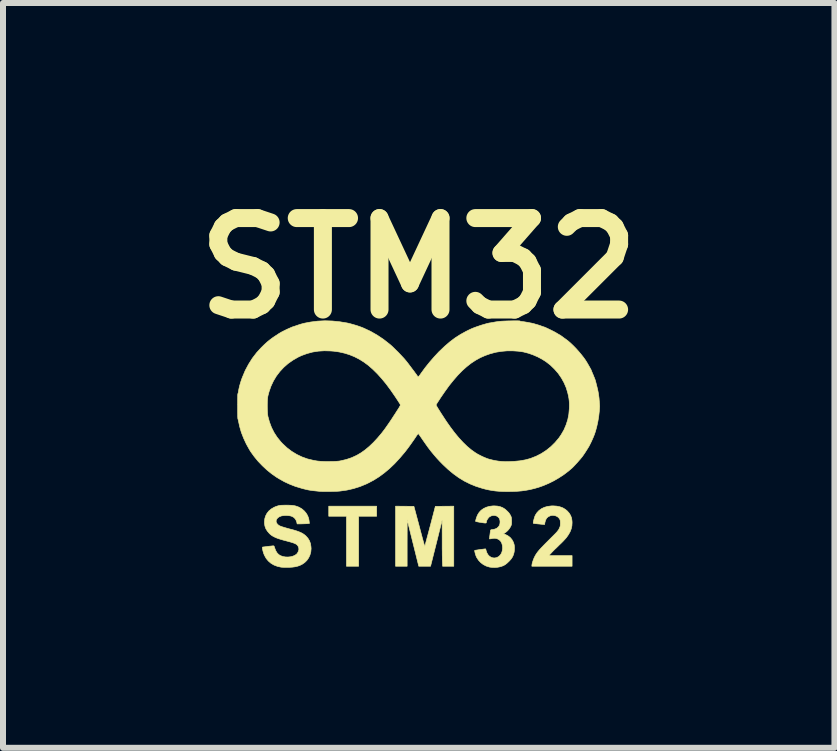
<source format=kicad_pcb>
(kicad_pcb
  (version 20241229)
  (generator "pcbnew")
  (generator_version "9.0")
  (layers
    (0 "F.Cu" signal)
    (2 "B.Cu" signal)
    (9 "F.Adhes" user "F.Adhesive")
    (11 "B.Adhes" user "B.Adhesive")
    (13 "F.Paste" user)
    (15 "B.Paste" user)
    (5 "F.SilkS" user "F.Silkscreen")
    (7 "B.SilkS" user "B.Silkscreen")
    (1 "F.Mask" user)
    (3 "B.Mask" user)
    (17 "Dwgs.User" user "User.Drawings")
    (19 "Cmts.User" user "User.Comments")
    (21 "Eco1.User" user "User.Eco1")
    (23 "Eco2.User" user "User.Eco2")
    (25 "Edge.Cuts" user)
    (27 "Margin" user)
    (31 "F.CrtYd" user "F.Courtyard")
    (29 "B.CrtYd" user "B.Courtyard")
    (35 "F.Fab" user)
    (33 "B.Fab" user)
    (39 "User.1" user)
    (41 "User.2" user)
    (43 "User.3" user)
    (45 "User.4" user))
  (footprint "STM32"
    (layer "F.Cu")
    (at 3.926 4.418)
    (property "Reference" "STM32" (at 0 -3 0) (layer "F.SilkS") (effects (font (size 1.524 1.524) (thickness 0.3))))
    (attr through_hole)
    (fp_poly (pts (xy -0.701 1.133) (xy -1.001 1.133) (xy -1.001 1.966) (xy -1.204 1.966) (xy -1.204 1.133) (xy -1.499 1.133) (xy -1.499 0.965) (xy -0.701 0.965) (xy -0.701 1.133)) (stroke (width 0.01) (type solid)) (fill yes) (layer "F.SilkS"))
    (fp_poly (pts (xy 0.584 1.966) (xy 0.398 1.966) (xy 0.395 1.894) (xy 0.394 1.875) (xy 0.393 1.848) (xy 0.393 1.813) (xy 0.392 1.771) (xy 0.392 1.723) (xy 0.391 1.672) (xy 0.391 1.617) (xy 0.391 1.559) (xy 0.391 1.509) (xy 0.39 1.196) (xy 0.294 1.581) (xy 0.197 1.966) (xy 0.001 1.966) (xy -0.192 1.191) (xy -0.193 1.579) (xy -0.193 1.966) (xy -0.386 1.966) (xy -0.386 0.965) (xy -0.233 0.966) (xy -0.08 0.968) (xy 0.01 1.304) (xy 0.025 1.361) (xy 0.039 1.414) (xy 0.052 1.463) (xy 0.064 1.508) (xy 0.075 1.547) (xy 0.084 1.58) (xy 0.092 1.606) (xy 0.097 1.624) (xy 0.101 1.633) (xy 0.101 1.635) (xy 0.103 1.629) (xy 0.107 1.614) (xy 0.113 1.591) (xy 0.121 1.56) (xy 0.131 1.523) (xy 0.142 1.481) (xy 0.155 1.433) (xy 0.169 1.381) (xy 0.183 1.327) (xy 0.191 1.298) (xy 0.277 0.968) (xy 0.431 0.966) (xy 0.584 0.965) (xy 0.584 1.966)) (stroke (width 0.01) (type solid)) (fill yes) (layer "F.SilkS"))
    (fp_poly (pts (xy 2.298 0.964) (xy 2.352 0.975) (xy 2.401 0.993) (xy 2.444 1.019) (xy 2.474 1.044) (xy 2.507 1.081) (xy 2.531 1.121) (xy 2.547 1.164) (xy 2.554 1.212) (xy 2.555 1.242) (xy 2.552 1.293) (xy 2.541 1.342) (xy 2.522 1.391) (xy 2.495 1.439) (xy 2.46 1.489) (xy 2.415 1.539) (xy 2.379 1.576) (xy 2.339 1.614) (xy 2.303 1.65) (xy 2.269 1.682) (xy 2.24 1.711) (xy 2.216 1.736) (xy 2.198 1.756) (xy 2.185 1.769) (xy 2.18 1.777) (xy 2.174 1.788) (xy 2.555 1.788) (xy 2.555 1.966) (xy 1.885 1.966) (xy 1.885 1.954) (xy 1.887 1.936) (xy 1.892 1.912) (xy 1.901 1.883) (xy 1.911 1.854) (xy 1.923 1.825) (xy 1.927 1.817) (xy 1.938 1.795) (xy 1.95 1.774) (xy 1.963 1.754) (xy 1.978 1.732) (xy 1.997 1.709) (xy 2.019 1.683) (xy 2.046 1.654) (xy 2.078 1.621) (xy 2.115 1.583) (xy 2.159 1.539) (xy 2.166 1.532) (xy 2.204 1.494) (xy 2.235 1.463) (xy 2.26 1.438) (xy 2.281 1.417) (xy 2.297 1.4) (xy 2.309 1.386) (xy 2.318 1.374) (xy 2.326 1.364) (xy 2.332 1.355) (xy 2.337 1.345) (xy 2.34 1.339) (xy 2.349 1.319) (xy 2.355 1.304) (xy 2.358 1.29) (xy 2.359 1.273) (xy 2.36 1.25) (xy 2.359 1.225) (xy 2.358 1.208) (xy 2.355 1.194) (xy 2.349 1.182) (xy 2.348 1.18) (xy 2.33 1.155) (xy 2.304 1.136) (xy 2.275 1.124) (xy 2.27 1.123) (xy 2.245 1.119) (xy 2.224 1.118) (xy 2.203 1.122) (xy 2.19 1.126) (xy 2.159 1.14) (xy 2.134 1.162) (xy 2.116 1.192) (xy 2.104 1.23) (xy 2.101 1.247) (xy 2.097 1.271) (xy 2.071 1.268) (xy 2.056 1.267) (xy 2.033 1.265) (xy 2.007 1.262) (xy 1.979 1.26) (xy 1.979 1.259) (xy 1.954 1.257) (xy 1.933 1.255) (xy 1.917 1.252) (xy 1.909 1.25) (xy 1.909 1.25) (xy 1.908 1.243) (xy 1.909 1.229) (xy 1.913 1.209) (xy 1.919 1.186) (xy 1.926 1.162) (xy 1.933 1.139) (xy 1.941 1.12) (xy 1.943 1.115) (xy 1.97 1.073) (xy 2.004 1.037) (xy 2.045 1.007) (xy 2.093 0.984) (xy 2.146 0.969) (xy 2.206 0.961) (xy 2.237 0.96) (xy 2.298 0.964)) (stroke (width 0.01) (type solid)) (fill yes) (layer "F.SilkS"))
    (fp_poly (pts (xy -2.197 0.948) (xy -2.151 0.949) (xy -2.113 0.951) (xy -2.081 0.955) (xy -2.053 0.961) (xy -2.025 0.97) (xy -1.997 0.981) (xy -1.982 0.989) (xy -1.944 1.012) (xy -1.908 1.043) (xy -1.877 1.079) (xy -1.858 1.11) (xy -1.844 1.14) (xy -1.834 1.168) (xy -1.828 1.198) (xy -1.825 1.221) (xy -1.821 1.253) (xy -1.869 1.257) (xy -1.897 1.258) (xy -1.929 1.259) (xy -1.961 1.26) (xy -1.972 1.26) (xy -2.026 1.26) (xy -2.029 1.241) (xy -2.041 1.204) (xy -2.06 1.173) (xy -2.087 1.148) (xy -2.117 1.133) (xy -2.142 1.126) (xy -2.173 1.122) (xy -2.208 1.12) (xy -2.242 1.121) (xy -2.274 1.125) (xy -2.292 1.129) (xy -2.324 1.142) (xy -2.349 1.16) (xy -2.366 1.181) (xy -2.375 1.204) (xy -2.375 1.227) (xy -2.367 1.246) (xy -2.353 1.266) (xy -2.333 1.283) (xy -2.322 1.29) (xy -2.304 1.298) (xy -2.279 1.307) (xy -2.247 1.317) (xy -2.21 1.328) (xy -2.171 1.339) (xy -2.145 1.346) (xy -2.087 1.361) (xy -2.038 1.376) (xy -1.996 1.391) (xy -1.961 1.406) (xy -1.931 1.422) (xy -1.905 1.44) (xy -1.882 1.459) (xy -1.88 1.461) (xy -1.846 1.499) (xy -1.82 1.542) (xy -1.803 1.589) (xy -1.795 1.642) (xy -1.793 1.674) (xy -1.798 1.728) (xy -1.812 1.779) (xy -1.834 1.826) (xy -1.864 1.869) (xy -1.901 1.905) (xy -1.945 1.935) (xy -1.95 1.937) (xy -1.985 1.954) (xy -2.022 1.966) (xy -2.062 1.975) (xy -2.107 1.981) (xy -2.16 1.984) (xy -2.174 1.984) (xy -2.206 1.984) (xy -2.236 1.984) (xy -2.263 1.983) (xy -2.284 1.982) (xy -2.294 1.981) (xy -2.356 1.967) (xy -2.413 1.945) (xy -2.462 1.916) (xy -2.505 1.879) (xy -2.541 1.836) (xy -2.569 1.786) (xy -2.581 1.758) (xy -2.588 1.736) (xy -2.595 1.713) (xy -2.6 1.69) (xy -2.604 1.67) (xy -2.605 1.655) (xy -2.604 1.648) (xy -2.604 1.648) (xy -2.599 1.646) (xy -2.585 1.644) (xy -2.565 1.642) (xy -2.541 1.639) (xy -2.515 1.635) (xy -2.488 1.632) (xy -2.463 1.63) (xy -2.441 1.627) (xy -2.425 1.626) (xy -2.418 1.626) (xy -2.411 1.63) (xy -2.405 1.643) (xy -2.401 1.657) (xy -2.384 1.702) (xy -2.362 1.74) (xy -2.334 1.77) (xy -2.3 1.791) (xy -2.299 1.791) (xy -2.261 1.804) (xy -2.22 1.811) (xy -2.178 1.812) (xy -2.136 1.808) (xy -2.097 1.798) (xy -2.062 1.783) (xy -2.034 1.763) (xy -2.029 1.757) (xy -2.015 1.738) (xy -2.004 1.713) (xy -1.997 1.689) (xy -1.997 1.679) (xy -1.999 1.661) (xy -2.005 1.642) (xy -2.008 1.636) (xy -2.016 1.622) (xy -2.026 1.611) (xy -2.039 1.6) (xy -2.056 1.591) (xy -2.079 1.581) (xy -2.108 1.571) (xy -2.145 1.56) (xy -2.19 1.548) (xy -2.197 1.546) (xy -2.254 1.531) (xy -2.302 1.517) (xy -2.343 1.504) (xy -2.377 1.491) (xy -2.405 1.478) (xy -2.43 1.465) (xy -2.452 1.451) (xy -2.472 1.435) (xy -2.49 1.418) (xy -2.523 1.379) (xy -2.548 1.338) (xy -2.563 1.295) (xy -2.57 1.247) (xy -2.57 1.225) (xy -2.565 1.175) (xy -2.551 1.128) (xy -2.528 1.084) (xy -2.497 1.045) (xy -2.458 1.012) (xy -2.412 0.985) (xy -2.388 0.974) (xy -2.363 0.965) (xy -2.34 0.958) (xy -2.317 0.953) (xy -2.292 0.95) (xy -2.261 0.949) (xy -2.225 0.948) (xy -2.197 0.948)) (stroke (width 0.01) (type solid)) (fill yes) (layer "F.SilkS"))
    (fp_poly (pts (xy 1.308 0.963) (xy 1.356 0.973) (xy 1.399 0.99) (xy 1.439 1.015) (xy 1.474 1.047) (xy 1.499 1.072) (xy 1.516 1.096) (xy 1.53 1.12) (xy 1.53 1.121) (xy 1.538 1.137) (xy 1.542 1.15) (xy 1.545 1.163) (xy 1.546 1.179) (xy 1.547 1.201) (xy 1.547 1.214) (xy 1.547 1.24) (xy 1.546 1.258) (xy 1.544 1.272) (xy 1.54 1.285) (xy 1.534 1.298) (xy 1.53 1.307) (xy 1.509 1.34) (xy 1.483 1.372) (xy 1.452 1.399) (xy 1.435 1.41) (xy 1.411 1.424) (xy 1.438 1.434) (xy 1.483 1.456) (xy 1.522 1.485) (xy 1.553 1.521) (xy 1.576 1.563) (xy 1.588 1.598) (xy 1.593 1.624) (xy 1.595 1.655) (xy 1.594 1.69) (xy 1.591 1.722) (xy 1.587 1.742) (xy 1.576 1.779) (xy 1.561 1.812) (xy 1.54 1.844) (xy 1.512 1.876) (xy 1.501 1.887) (xy 1.469 1.917) (xy 1.439 1.94) (xy 1.408 1.957) (xy 1.372 1.97) (xy 1.349 1.976) (xy 1.312 1.983) (xy 1.27 1.986) (xy 1.227 1.985) (xy 1.187 1.981) (xy 1.174 1.978) (xy 1.123 1.962) (xy 1.075 1.937) (xy 1.032 1.904) (xy 0.995 1.864) (xy 0.965 1.818) (xy 0.959 1.805) (xy 0.952 1.787) (xy 0.945 1.766) (xy 0.939 1.745) (xy 0.935 1.726) (xy 0.932 1.71) (xy 0.933 1.702) (xy 0.934 1.701) (xy 0.939 1.7) (xy 0.953 1.698) (xy 0.973 1.695) (xy 0.997 1.691) (xy 1.022 1.687) (xy 1.049 1.684) (xy 1.073 1.681) (xy 1.093 1.678) (xy 1.107 1.677) (xy 1.113 1.676) (xy 1.116 1.681) (xy 1.12 1.692) (xy 1.122 1.702) (xy 1.135 1.74) (xy 1.153 1.772) (xy 1.177 1.798) (xy 1.205 1.816) (xy 1.235 1.826) (xy 1.267 1.828) (xy 1.3 1.821) (xy 1.333 1.804) (xy 1.334 1.803) (xy 1.359 1.779) (xy 1.379 1.748) (xy 1.391 1.711) (xy 1.397 1.668) (xy 1.397 1.659) (xy 1.393 1.615) (xy 1.382 1.578) (xy 1.364 1.547) (xy 1.339 1.524) (xy 1.308 1.508) (xy 1.289 1.503) (xy 1.272 1.5) (xy 1.255 1.5) (xy 1.234 1.502) (xy 1.221 1.505) (xy 1.202 1.508) (xy 1.188 1.51) (xy 1.18 1.511) (xy 1.179 1.511) (xy 1.179 1.505) (xy 1.18 1.492) (xy 1.182 1.473) (xy 1.185 1.451) (xy 1.188 1.428) (xy 1.191 1.405) (xy 1.194 1.385) (xy 1.196 1.371) (xy 1.196 1.368) (xy 1.199 1.362) (xy 1.206 1.358) (xy 1.219 1.355) (xy 1.231 1.354) (xy 1.271 1.346) (xy 1.303 1.331) (xy 1.328 1.309) (xy 1.346 1.282) (xy 1.354 1.249) (xy 1.355 1.214) (xy 1.349 1.184) (xy 1.339 1.163) (xy 1.319 1.142) (xy 1.294 1.127) (xy 1.265 1.12) (xy 1.234 1.12) (xy 1.205 1.128) (xy 1.177 1.144) (xy 1.173 1.147) (xy 1.159 1.163) (xy 1.145 1.182) (xy 1.134 1.203) (xy 1.128 1.221) (xy 1.128 1.227) (xy 1.127 1.235) (xy 1.125 1.241) (xy 1.12 1.245) (xy 1.11 1.246) (xy 1.095 1.245) (xy 1.072 1.242) (xy 1.041 1.237) (xy 1.036 1.236) (xy 1.008 1.232) (xy 0.983 1.227) (xy 0.964 1.223) (xy 0.952 1.221) (xy 0.949 1.219) (xy 0.948 1.213) (xy 0.95 1.199) (xy 0.955 1.18) (xy 0.962 1.158) (xy 0.97 1.136) (xy 0.979 1.115) (xy 0.982 1.108) (xy 1.007 1.068) (xy 1.04 1.033) (xy 1.079 1.005) (xy 1.125 0.983) (xy 1.176 0.968) (xy 1.231 0.961) (xy 1.253 0.96) (xy 1.308 0.963)) (stroke (width 0.01) (type solid)) (fill yes) (layer "F.SilkS"))
    (fp_poly (pts (xy -1.438 -2.12) (xy -1.312 -2.107) (xy -1.272 -2.1) (xy -1.248 -2.097) (xy -1.227 -2.093) (xy -1.212 -2.09) (xy -1.206 -2.09) (xy -1.172 -2.083) (xy -1.13 -2.072) (xy -1.084 -2.059) (xy -1.036 -2.045) (xy -0.989 -2.029) (xy -0.945 -2.013) (xy -0.914 -2) (xy -0.803 -1.948) (xy -0.694 -1.886) (xy -0.588 -1.815) (xy -0.487 -1.736) (xy -0.47 -1.722) (xy -0.443 -1.698) (xy -0.412 -1.668) (xy -0.378 -1.634) (xy -0.342 -1.599) (xy -0.307 -1.562) (xy -0.274 -1.527) (xy -0.245 -1.496) (xy -0.227 -1.475) (xy -0.212 -1.457) (xy -0.193 -1.433) (xy -0.171 -1.405) (xy -0.148 -1.374) (xy -0.123 -1.341) (xy -0.099 -1.309) (xy -0.076 -1.279) (xy -0.056 -1.251) (xy -0.039 -1.229) (xy -0.028 -1.212) (xy -0.025 -1.208) (xy -0.016 -1.196) (xy -0.009 -1.19) (xy -0.008 -1.189) (xy -0.003 -1.193) (xy 0.006 -1.204) (xy 0.019 -1.22) (xy 0.033 -1.24) (xy 0.04 -1.25) (xy 0.107 -1.342) (xy 0.181 -1.434) (xy 0.259 -1.524) (xy 0.338 -1.609) (xy 0.348 -1.618) (xy 0.434 -1.7) (xy 0.519 -1.773) (xy 0.605 -1.838) (xy 0.694 -1.895) (xy 0.786 -1.946) (xy 0.857 -1.981) (xy 0.898 -1.999) (xy 0.945 -2.017) (xy 0.994 -2.034) (xy 1.044 -2.051) (xy 1.092 -2.065) (xy 1.137 -2.078) (xy 1.176 -2.087) (xy 1.199 -2.09) (xy 1.219 -2.094) (xy 1.24 -2.097) (xy 1.247 -2.099) (xy 1.281 -2.105) (xy 1.315 -2.11) (xy 1.349 -2.114) (xy 1.386 -2.117) (xy 1.428 -2.119) (xy 1.477 -2.121) (xy 1.533 -2.122) (xy 1.581 -2.123) (xy 1.62 -2.123) (xy 1.651 -2.123) (xy 1.672 -2.122) (xy 1.684 -2.121) (xy 1.687 -2.12) (xy 1.691 -2.117) (xy 1.703 -2.114) (xy 1.721 -2.112) (xy 1.722 -2.111) (xy 1.743 -2.109) (xy 1.769 -2.105) (xy 1.797 -2.1) (xy 1.812 -2.098) (xy 1.836 -2.093) (xy 1.857 -2.089) (xy 1.873 -2.086) (xy 1.88 -2.085) (xy 1.895 -2.081) (xy 1.917 -2.076) (xy 1.943 -2.068) (xy 1.971 -2.06) (xy 1.998 -2.052) (xy 2.022 -2.044) (xy 2.036 -2.039) (xy 2.056 -2.031) (xy 2.075 -2.025) (xy 2.088 -2.021) (xy 2.102 -2.016) (xy 2.122 -2.007) (xy 2.148 -1.995) (xy 2.177 -1.981) (xy 2.208 -1.966) (xy 2.238 -1.951) (xy 2.265 -1.937) (xy 2.288 -1.924) (xy 2.306 -1.913) (xy 2.306 -1.913) (xy 2.323 -1.903) (xy 2.337 -1.894) (xy 2.345 -1.89) (xy 2.347 -1.89) (xy 2.352 -1.887) (xy 2.364 -1.879) (xy 2.38 -1.868) (xy 2.394 -1.858) (xy 2.413 -1.843) (xy 2.432 -1.83) (xy 2.447 -1.819) (xy 2.453 -1.815) (xy 2.491 -1.786) (xy 2.532 -1.75) (xy 2.576 -1.708) (xy 2.62 -1.663) (xy 2.664 -1.614) (xy 2.705 -1.565) (xy 2.744 -1.516) (xy 2.777 -1.47) (xy 2.804 -1.427) (xy 2.81 -1.416) (xy 2.819 -1.401) (xy 2.831 -1.38) (xy 2.844 -1.357) (xy 2.85 -1.347) (xy 2.86 -1.328) (xy 2.869 -1.312) (xy 2.874 -1.302) (xy 2.875 -1.299) (xy 2.877 -1.293) (xy 2.882 -1.28) (xy 2.89 -1.261) (xy 2.9 -1.237) (xy 2.906 -1.224) (xy 2.917 -1.196) (xy 2.928 -1.17) (xy 2.937 -1.147) (xy 2.942 -1.13) (xy 2.944 -1.126) (xy 2.958 -1.071) (xy 2.97 -1.023) (xy 2.98 -0.982) (xy 2.988 -0.944) (xy 2.994 -0.909) (xy 2.999 -0.874) (xy 3.004 -0.838) (xy 3.007 -0.798) (xy 3.008 -0.79) (xy 3.01 -0.759) (xy 3.012 -0.736) (xy 3.013 -0.717) (xy 3.014 -0.7) (xy 3.013 -0.683) (xy 3.012 -0.663) (xy 3.01 -0.638) (xy 3.008 -0.613) (xy 2.999 -0.531) (xy 2.985 -0.447) (xy 2.967 -0.364) (xy 2.946 -0.286) (xy 2.929 -0.235) (xy 2.918 -0.207) (xy 2.904 -0.173) (xy 2.888 -0.137) (xy 2.871 -0.1) (xy 2.854 -0.066) (xy 2.84 -0.038) (xy 2.834 -0.028) (xy 2.817 0.000201) (xy 2.797 0.032) (xy 2.776 0.065) (xy 2.754 0.098) (xy 2.734 0.127) (xy 2.716 0.151) (xy 2.709 0.159) (xy 2.691 0.181) (xy 2.668 0.207) (xy 2.644 0.235) (xy 2.618 0.263) (xy 2.594 0.289) (xy 2.573 0.311) (xy 2.557 0.327) (xy 2.49 0.384) (xy 2.416 0.44) (xy 2.335 0.493) (xy 2.251 0.542) (xy 2.164 0.585) (xy 2.077 0.622) (xy 1.998 0.65) (xy 1.925 0.671) (xy 1.854 0.688) (xy 1.784 0.701) (xy 1.713 0.711) (xy 1.639 0.717) (xy 1.559 0.72) (xy 1.478 0.721) (xy 1.405 0.72) (xy 1.34 0.717) (xy 1.28 0.712) (xy 1.223 0.704) (xy 1.167 0.694) (xy 1.109 0.681) (xy 1.057 0.667) (xy 0.953 0.634) (xy 0.855 0.594) (xy 0.759 0.546) (xy 0.667 0.49) (xy 0.577 0.425) (xy 0.488 0.351) (xy 0.404 0.272) (xy 0.35 0.217) (xy 0.3 0.163) (xy 0.252 0.107) (xy 0.204 0.049) (xy 0.156 -0.014) (xy 0.107 -0.083) (xy 0.054 -0.159) (xy 0.047 -0.17) (xy 0.03 -0.194) (xy 0.016 -0.214) (xy 0.004 -0.23) (xy -0.004 -0.24) (xy -0.007 -0.243) (xy -0.012 -0.239) (xy -0.021 -0.229) (xy -0.032 -0.214) (xy -0.035 -0.21) (xy -0.06 -0.172) (xy -0.089 -0.13) (xy -0.12 -0.086) (xy -0.152 -0.041) (xy -0.183 0.001) (xy -0.212 0.039) (xy -0.233 0.066) (xy -0.318 0.166) (xy -0.402 0.257) (xy -0.487 0.338) (xy -0.573 0.41) (xy -0.661 0.475) (xy -0.75 0.531) (xy -0.843 0.58) (xy -0.876 0.596) (xy -0.981 0.639) (xy -1.087 0.672) (xy -1.196 0.697) (xy -1.308 0.713) (xy -1.33 0.715) (xy -1.359 0.717) (xy -1.395 0.718) (xy -1.434 0.719) (xy -1.476 0.72) (xy -1.517 0.72) (xy -1.557 0.72) (xy -1.593 0.72) (xy -1.623 0.719) (xy -1.646 0.718) (xy -1.651 0.718) (xy -1.708 0.712) (xy -1.757 0.707) (xy -1.801 0.701) (xy -1.842 0.694) (xy -1.881 0.685) (xy -1.922 0.675) (xy -1.958 0.665) (xy -2.057 0.635) (xy -2.149 0.599) (xy -2.238 0.558) (xy -2.325 0.509) (xy -2.371 0.481) (xy -2.451 0.425) (xy -2.53 0.361) (xy -2.605 0.291) (xy -2.676 0.217) (xy -2.74 0.139) (xy -2.797 0.06) (xy -2.819 0.025) (xy -2.872 -0.07) (xy -2.917 -0.167) (xy -2.955 -0.264) (xy -2.983 -0.36) (xy -2.997 -0.424) (xy -3.002 -0.448) (xy -3.007 -0.469) (xy -3.01 -0.483) (xy -3.013 -0.49) (xy -3.013 -0.49) (xy -3.014 -0.496) (xy -3.015 -0.511) (xy -3.016 -0.533) (xy -3.016 -0.561) (xy -3.017 -0.594) (xy -3.017 -0.631) (xy -3.017 -0.67) (xy -3.017 -0.687) (xy -2.523 -0.687) (xy -2.522 -0.644) (xy -2.52 -0.604) (xy -2.518 -0.569) (xy -2.514 -0.541) (xy -2.513 -0.533) (xy -2.487 -0.438) (xy -2.453 -0.347) (xy -2.41 -0.262) (xy -2.358 -0.182) (xy -2.297 -0.107) (xy -2.269 -0.077) (xy -2.195 -0.008) (xy -2.116 0.052) (xy -2.032 0.103) (xy -1.944 0.145) (xy -1.852 0.178) (xy -1.756 0.201) (xy -1.701 0.211) (xy -1.676 0.214) (xy -1.654 0.216) (xy -1.632 0.218) (xy -1.61 0.219) (xy -1.586 0.22) (xy -1.557 0.221) (xy -1.522 0.221) (xy -1.479 0.221) (xy -1.471 0.22) (xy -1.428 0.22) (xy -1.393 0.219) (xy -1.364 0.217) (xy -1.339 0.215) (xy -1.315 0.212) (xy -1.3 0.209) (xy -1.206 0.187) (xy -1.117 0.157) (xy -1.031 0.117) (xy -0.958 0.074) (xy -0.891 0.026) (xy -0.823 -0.031) (xy -0.755 -0.096) (xy -0.687 -0.169) (xy -0.62 -0.248) (xy -0.574 -0.308) (xy -0.555 -0.334) (xy -0.532 -0.367) (xy -0.506 -0.404) (xy -0.478 -0.445) (xy -0.449 -0.488) (xy -0.421 -0.532) (xy -0.393 -0.574) (xy -0.368 -0.614) (xy -0.345 -0.649) (xy -0.326 -0.679) (xy -0.315 -0.7) (xy -0.311 -0.706) (xy -0.308 -0.711) (xy -0.306 -0.716) (xy -0.306 -0.721) (xy 0.29 -0.721) (xy 0.292 -0.714) (xy 0.3 -0.7) (xy 0.312 -0.679) (xy 0.328 -0.653) (xy 0.347 -0.623) (xy 0.368 -0.589) (xy 0.391 -0.554) (xy 0.415 -0.517) (xy 0.439 -0.48) (xy 0.463 -0.444) (xy 0.486 -0.411) (xy 0.508 -0.38) (xy 0.524 -0.357) (xy 0.596 -0.261) (xy 0.667 -0.175) (xy 0.737 -0.099) (xy 0.807 -0.031) (xy 0.878 0.028) (xy 0.94 0.072) (xy 0.975 0.094) (xy 1.016 0.116) (xy 1.06 0.138) (xy 1.104 0.157) (xy 1.144 0.173) (xy 1.173 0.182) (xy 1.228 0.196) (xy 1.28 0.207) (xy 1.332 0.215) (xy 1.385 0.22) (xy 1.442 0.223) (xy 1.504 0.222) (xy 1.574 0.219) (xy 1.593 0.218) (xy 1.688 0.209) (xy 1.777 0.193) (xy 1.862 0.17) (xy 1.943 0.138) (xy 1.954 0.134) (xy 2.042 0.089) (xy 2.125 0.035) (xy 2.202 -0.027) (xy 2.272 -0.096) (xy 2.336 -0.172) (xy 2.373 -0.226) (xy 2.419 -0.305) (xy 2.455 -0.389) (xy 2.483 -0.476) (xy 2.501 -0.567) (xy 2.509 -0.661) (xy 2.51 -0.699) (xy 2.51 -0.748) (xy 2.507 -0.791) (xy 2.502 -0.832) (xy 2.494 -0.874) (xy 2.484 -0.918) (xy 2.458 -1.006) (xy 2.422 -1.09) (xy 2.377 -1.171) (xy 2.324 -1.248) (xy 2.262 -1.319) (xy 2.194 -1.385) (xy 2.118 -1.444) (xy 2.115 -1.446) (xy 2.051 -1.486) (xy 1.981 -1.523) (xy 1.907 -1.555) (xy 1.831 -1.582) (xy 1.758 -1.601) (xy 1.742 -1.605) (xy 1.657 -1.617) (xy 1.567 -1.623) (xy 1.474 -1.623) (xy 1.382 -1.615) (xy 1.293 -1.601) (xy 1.275 -1.597) (xy 1.189 -1.574) (xy 1.107 -1.545) (xy 1.027 -1.51) (xy 0.949 -1.467) (xy 0.873 -1.417) (xy 0.799 -1.359) (xy 0.725 -1.293) (xy 0.652 -1.218) (xy 0.579 -1.134) (xy 0.505 -1.042) (xy 0.431 -0.939) (xy 0.414 -0.914) (xy 0.389 -0.878) (xy 0.365 -0.843) (xy 0.344 -0.81) (xy 0.325 -0.781) (xy 0.309 -0.757) (xy 0.298 -0.738) (xy 0.291 -0.726) (xy 0.29 -0.721) (xy -0.306 -0.721) (xy -0.306 -0.722) (xy -0.309 -0.73) (xy -0.314 -0.741) (xy -0.323 -0.755) (xy -0.336 -0.775) (xy -0.352 -0.8) (xy -0.374 -0.833) (xy -0.391 -0.859) (xy -0.467 -0.969) (xy -0.541 -1.069) (xy -0.616 -1.16) (xy -0.69 -1.242) (xy -0.764 -1.315) (xy -0.838 -1.38) (xy -0.914 -1.436) (xy -0.991 -1.484) (xy -1.071 -1.525) (xy -1.152 -1.558) (xy -1.236 -1.584) (xy -1.324 -1.604) (xy -1.415 -1.617) (xy -1.467 -1.621) (xy -1.571 -1.624) (xy -1.671 -1.618) (xy -1.767 -1.603) (xy -1.86 -1.578) (xy -1.951 -1.545) (xy -2.009 -1.518) (xy -2.096 -1.468) (xy -2.176 -1.412) (xy -2.249 -1.348) (xy -2.314 -1.278) (xy -2.372 -1.202) (xy -2.421 -1.12) (xy -2.462 -1.033) (xy -2.494 -0.941) (xy -2.513 -0.869) (xy -2.517 -0.844) (xy -2.52 -0.811) (xy -2.522 -0.772) (xy -2.523 -0.73) (xy -2.523 -0.687) (xy -3.017 -0.687) (xy -3.017 -0.71) (xy -3.017 -0.749) (xy -3.017 -0.787) (xy -3.017 -0.822) (xy -3.016 -0.853) (xy -3.016 -0.878) (xy -3.015 -0.897) (xy -3.014 -0.907) (xy -3.013 -0.909) (xy -3.01 -0.914) (xy -3.007 -0.926) (xy -3.005 -0.936) (xy -2.997 -0.983) (xy -2.985 -1.036) (xy -2.969 -1.093) (xy -2.95 -1.151) (xy -2.938 -1.182) (xy -2.891 -1.294) (xy -2.835 -1.399) (xy -2.772 -1.499) (xy -2.7 -1.593) (xy -2.624 -1.676) (xy -2.573 -1.726) (xy -2.525 -1.77) (xy -2.477 -1.809) (xy -2.428 -1.845) (xy -2.403 -1.862) (xy -2.38 -1.877) (xy -2.358 -1.891) (xy -2.339 -1.904) (xy -2.327 -1.912) (xy -2.31 -1.922) (xy -2.286 -1.936) (xy -2.257 -1.951) (xy -2.225 -1.967) (xy -2.192 -1.983) (xy -2.16 -1.997) (xy -2.131 -2.01) (xy -2.108 -2.02) (xy -2.093 -2.025) (xy -2.086 -2.027) (xy -2.071 -2.032) (xy -2.05 -2.039) (xy -2.025 -2.048) (xy -2.012 -2.052) (xy -1.98 -2.063) (xy -1.952 -2.071) (xy -1.925 -2.078) (xy -1.897 -2.085) (xy -1.865 -2.091) (xy -1.827 -2.098) (xy -1.801 -2.103) (xy -1.683 -2.118) (xy -1.562 -2.124) (xy -1.438 -2.12)) (stroke (width 0.01) (type solid)) (fill yes) (layer "F.SilkS")))
  (gr_rect
    (start -3 -3)
    (end 10.852 9.409)
    (stroke (width 0.1) (type default))
    (fill no)
    (layer "Edge.Cuts")))
</source>
